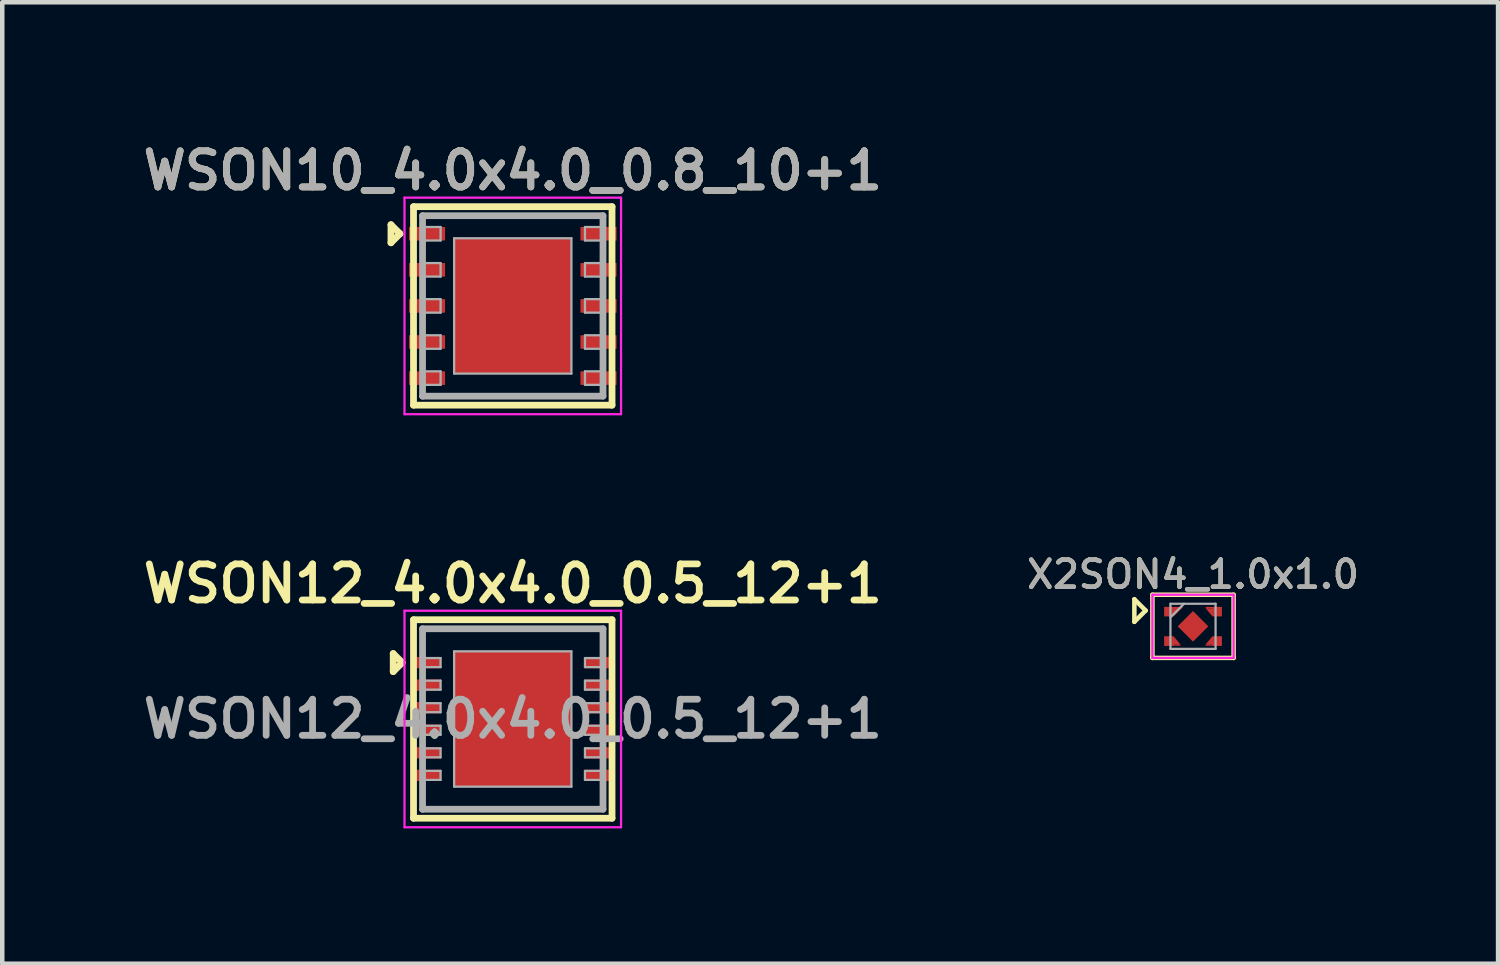
<source format=kicad_pcb>
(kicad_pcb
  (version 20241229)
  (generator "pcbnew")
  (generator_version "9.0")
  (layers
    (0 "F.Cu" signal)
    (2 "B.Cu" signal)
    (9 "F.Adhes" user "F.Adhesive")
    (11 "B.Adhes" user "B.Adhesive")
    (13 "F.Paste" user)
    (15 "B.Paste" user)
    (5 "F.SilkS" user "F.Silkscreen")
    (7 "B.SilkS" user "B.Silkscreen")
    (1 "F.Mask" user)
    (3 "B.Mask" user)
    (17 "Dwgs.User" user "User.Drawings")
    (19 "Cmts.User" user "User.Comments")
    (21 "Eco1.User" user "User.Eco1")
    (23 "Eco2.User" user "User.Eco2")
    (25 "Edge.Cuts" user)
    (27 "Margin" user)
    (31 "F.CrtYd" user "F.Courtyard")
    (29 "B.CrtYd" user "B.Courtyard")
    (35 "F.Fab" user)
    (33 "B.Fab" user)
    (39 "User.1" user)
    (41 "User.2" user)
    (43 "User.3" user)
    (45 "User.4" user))
  (footprint "WSON10_4.0x4.0_0.8_10+1"
    (layer "F.Cu")
    (at 8.316 3.731)
    (property "Reference" "WSON10_4.0x4.0_0.8_10+1" (at 0 -3 0) (layer "F.SilkS") (effects (font (size 0.8 0.8) (thickness 0.15))))
    (attr through_hole)
    (fp_line (start -2.7 -1.8) (end -2.7 -1.4) (stroke (width 0.15) (type solid)) (layer "F.SilkS"))
    (fp_line (start -2.7 -1.4) (end -2.5 -1.6) (stroke (width 0.15) (type solid)) (layer "F.SilkS"))
    (fp_line (start -2.5 -1.6) (end -2.7 -1.8) (stroke (width 0.15) (type solid)) (layer "F.SilkS"))
    (fp_line (start -2.2 -2.2) (end 2.2 -2.2) (stroke (width 0.15) (type solid)) (layer "F.SilkS"))
    (fp_line (start -2.2 2.2) (end -2.2 -2.2) (stroke (width 0.15) (type solid)) (layer "F.SilkS"))
    (fp_line (start 2.2 -2.2) (end 2.2 2.2) (stroke (width 0.15) (type solid)) (layer "F.SilkS"))
    (fp_line (start 2.2 2.2) (end -2.2 2.2) (stroke (width 0.15) (type solid)) (layer "F.SilkS"))
    (fp_line (start -2.4 -2.4) (end 2.4 -2.4) (stroke (width 0.05) (type solid)) (layer "F.CrtYd"))
    (fp_line (start -2.4 2.4) (end -2.4 -2.4) (stroke (width 0.05) (type solid)) (layer "F.CrtYd"))
    (fp_line (start 2.4 -2.4) (end 2.4 2.4) (stroke (width 0.05) (type solid)) (layer "F.CrtYd"))
    (fp_line (start 2.4 2.4) (end -2.4 2.4) (stroke (width 0.05) (type solid)) (layer "F.CrtYd"))
    (fp_line (start -2 -2) (end 2 -2) (stroke (width 0.15) (type solid)) (layer "F.Fab"))
    (fp_line (start -2 -1.75) (end -1.6 -1.75) (stroke (width 0.05) (type solid)) (layer "F.Fab"))
    (fp_line (start -2 -0.95) (end -1.6 -0.95) (stroke (width 0.05) (type solid)) (layer "F.Fab"))
    (fp_line (start -2 -0.15) (end -1.6 -0.15) (stroke (width 0.05) (type solid)) (layer "F.Fab"))
    (fp_line (start -2 0.65) (end -1.6 0.65) (stroke (width 0.05) (type solid)) (layer "F.Fab"))
    (fp_line (start -2 1.45) (end -1.6 1.45) (stroke (width 0.05) (type solid)) (layer "F.Fab"))
    (fp_line (start -2 2) (end -2 -2) (stroke (width 0.15) (type solid)) (layer "F.Fab"))
    (fp_line (start -1.6 -1.75) (end -1.6 -1.45) (stroke (width 0.05) (type solid)) (layer "F.Fab"))
    (fp_line (start -1.6 -1.45) (end -2 -1.45) (stroke (width 0.05) (type solid)) (layer "F.Fab"))
    (fp_line (start -1.6 -0.95) (end -1.6 -0.65) (stroke (width 0.05) (type solid)) (layer "F.Fab"))
    (fp_line (start -1.6 -0.65) (end -2 -0.65) (stroke (width 0.05) (type solid)) (layer "F.Fab"))
    (fp_line (start -1.6 -0.15) (end -1.6 0.15) (stroke (width 0.05) (type solid)) (layer "F.Fab"))
    (fp_line (start -1.6 0.15) (end -2 0.15) (stroke (width 0.05) (type solid)) (layer "F.Fab"))
    (fp_line (start -1.6 0.65) (end -1.6 0.95) (stroke (width 0.05) (type solid)) (layer "F.Fab"))
    (fp_line (start -1.6 0.95) (end -2 0.95) (stroke (width 0.05) (type solid)) (layer "F.Fab"))
    (fp_line (start -1.6 1.45) (end -1.6 1.75) (stroke (width 0.05) (type solid)) (layer "F.Fab"))
    (fp_line (start -1.6 1.75) (end -2 1.75) (stroke (width 0.05) (type solid)) (layer "F.Fab"))
    (fp_line (start -1.3 -1.5) (end -1.3 1.5) (stroke (width 0.05) (type solid)) (layer "F.Fab"))
    (fp_line (start -1.3 1.5) (end 1.3 1.5) (stroke (width 0.05) (type solid)) (layer "F.Fab"))
    (fp_line (start 1.3 -1.5) (end -1.3 -1.5) (stroke (width 0.05) (type solid)) (layer "F.Fab"))
    (fp_line (start 1.3 1.5) (end 1.3 -1.5) (stroke (width 0.05) (type solid)) (layer "F.Fab"))
    (fp_line (start 1.6 -1.75) (end 1.6 -1.45) (stroke (width 0.05) (type solid)) (layer "F.Fab"))
    (fp_line (start 1.6 -1.45) (end 2 -1.45) (stroke (width 0.05) (type solid)) (layer "F.Fab"))
    (fp_line (start 1.6 -0.95) (end 1.6 -0.65) (stroke (width 0.05) (type solid)) (layer "F.Fab"))
    (fp_line (start 1.6 -0.65) (end 2 -0.65) (stroke (width 0.05) (type solid)) (layer "F.Fab"))
    (fp_line (start 1.6 -0.15) (end 1.6 0.15) (stroke (width 0.05) (type solid)) (layer "F.Fab"))
    (fp_line (start 1.6 0.15) (end 2 0.15) (stroke (width 0.05) (type solid)) (layer "F.Fab"))
    (fp_line (start 1.6 0.65) (end 1.6 0.95) (stroke (width 0.05) (type solid)) (layer "F.Fab"))
    (fp_line (start 1.6 0.95) (end 2 0.95) (stroke (width 0.05) (type solid)) (layer "F.Fab"))
    (fp_line (start 1.6 1.45) (end 1.6 1.75) (stroke (width 0.05) (type solid)) (layer "F.Fab"))
    (fp_line (start 1.6 1.75) (end 2 1.75) (stroke (width 0.05) (type solid)) (layer "F.Fab"))
    (fp_line (start 2 -2) (end 2 2) (stroke (width 0.15) (type solid)) (layer "F.Fab"))
    (fp_line (start 2 -1.75) (end 1.6 -1.75) (stroke (width 0.05) (type solid)) (layer "F.Fab"))
    (fp_line (start 2 -0.95) (end 1.6 -0.95) (stroke (width 0.05) (type solid)) (layer "F.Fab"))
    (fp_line (start 2 -0.15) (end 1.6 -0.15) (stroke (width 0.05) (type solid)) (layer "F.Fab"))
    (fp_line (start 2 0.65) (end 1.6 0.65) (stroke (width 0.05) (type solid)) (layer "F.Fab"))
    (fp_line (start 2 1.45) (end 1.6 1.45) (stroke (width 0.05) (type solid)) (layer "F.Fab"))
    (fp_line (start 2 2) (end -2 2) (stroke (width 0.15) (type solid)) (layer "F.Fab"))
    (fp_text user "${REFERENCE}" (at 0 -3 0) (layer "F.Fab") (effects (font (size 0.8 0.8) (thickness 0.15))))
    (pad "" smd rect (at -0.7 -0.7) (size 1.15 1.15) (layers "F.Cu" "F.Paste"))
    (pad "" smd rect (at -0.7 0.7) (size 1.15 1.15) (layers "F.Cu" "F.Paste"))
    (pad "" smd rect (at 0.7 -0.7) (size 1.15 1.15) (layers "F.Cu" "F.Paste"))
    (pad "1" smd rect (at -1.9 -1.6 90) (size 0.3 0.8) (layers "F.Cu" "F.Mask" "F.Paste"))
    (pad "1" smd rect (at 0.7 0.7) (size 1.15 1.15) (layers "F.Cu" "F.Paste"))
    (pad "2" smd rect (at -1.9 -0.8 90) (size 0.3 0.8) (layers "F.Cu" "F.Mask" "F.Paste"))
    (pad "3" smd rect (at -1.9 0 90) (size 0.3 0.8) (layers "F.Cu" "F.Mask" "F.Paste"))
    (pad "4" smd rect (at -1.9 0.8 90) (size 0.3 0.8) (layers "F.Cu" "F.Mask" "F.Paste"))
    (pad "5" smd rect (at -1.9 1.6 90) (size 0.3 0.8) (layers "F.Cu" "F.Mask" "F.Paste"))
    (pad "6" smd rect (at 1.9 1.6 90) (size 0.3 0.8) (layers "F.Cu" "F.Mask" "F.Paste"))
    (pad "7" smd rect (at 1.9 0.8 90) (size 0.3 0.8) (layers "F.Cu" "F.Mask" "F.Paste"))
    (pad "8" smd rect (at 1.9 0 90) (size 0.3 0.8) (layers "F.Cu" "F.Mask" "F.Paste"))
    (pad "9" smd rect (at 1.9 -0.8 90) (size 0.3 0.8) (layers "F.Cu" "F.Mask" "F.Paste"))
    (pad "10" smd rect (at 1.9 -1.6 90) (size 0.3 0.8) (layers "F.Cu" "F.Mask" "F.Paste"))
    (pad "11" smd rect (at 0 0) (size 2.6 3) (layers "F.Cu" "F.Mask")))
  (footprint "X2SON4_1.0x1.0"
    (layer "F.Cu")
    (at 23.394 10.833)
    (property "Reference" "X2SON4_1.0x1.0" (at 0 -1.15 180) (layer "F.SilkS") (effects (font (size 0.6 0.6) (thickness 0.1))))
    (attr smd)
    (fp_line (start -1.3 -0.6) (end -1.3 -0.1) (stroke (width 0.1) (type solid)) (layer "F.SilkS"))
    (fp_line (start -1.3 -0.1) (end -1.05 -0.35) (stroke (width 0.1) (type solid)) (layer "F.SilkS"))
    (fp_line (start -1.05 -0.35) (end -1.3 -0.6) (stroke (width 0.1) (type solid)) (layer "F.SilkS"))
    (fp_line (start -0.9 -0.7) (end -0.9 0.7) (stroke (width 0.1) (type solid)) (layer "F.SilkS"))
    (fp_line (start -0.9 0.7) (end 0.9 0.7) (stroke (width 0.1) (type solid)) (layer "F.SilkS"))
    (fp_line (start 0.9 -0.7) (end -0.9 -0.7) (stroke (width 0.1) (type solid)) (layer "F.SilkS"))
    (fp_line (start 0.9 0.7) (end 0.9 -0.7) (stroke (width 0.1) (type solid)) (layer "F.SilkS"))
    (fp_line (start -0.9 -0.7) (end -0.9 0.7) (stroke (width 0.05) (type solid)) (layer "F.CrtYd"))
    (fp_line (start -0.9 0.7) (end 0.9 0.7) (stroke (width 0.05) (type solid)) (layer "F.CrtYd"))
    (fp_line (start 0.9 -0.7) (end -0.9 -0.7) (stroke (width 0.05) (type solid)) (layer "F.CrtYd"))
    (fp_line (start 0.9 0.7) (end 0.9 -0.7) (stroke (width 0.05) (type solid)) (layer "F.CrtYd"))
    (fp_line (start -0.5 -0.5) (end -0.5 0.5) (stroke (width 0.05) (type solid)) (layer "F.Fab"))
    (fp_line (start -0.5 -0.2) (end -0.2 -0.5) (stroke (width 0.05) (type solid)) (layer "F.Fab"))
    (fp_line (start -0.5 0.5) (end 0.5 0.5) (stroke (width 0.05) (type solid)) (layer "F.Fab"))
    (fp_line (start 0.5 -0.5) (end -0.5 -0.5) (stroke (width 0.05) (type solid)) (layer "F.Fab"))
    (fp_line (start 0.5 0.5) (end 0.5 -0.5) (stroke (width 0.05) (type solid)) (layer "F.Fab"))
    (fp_text user "${REFERENCE}" (at 0 -1.15 180) (layer "F.Fab") (effects (font (size 0.6 0.6) (thickness 0.1))))
    (pad "1" smd rect (at -0.535 -0.325) (size 0.21 0.21) (layers "F.Cu" "F.Mask" "F.Paste"))
    (pad "1" smd trapezoid (at -0.43 -0.325 180) (size 0.21 0.21) (rect_delta 0 0.209) (layers "F.Cu" "F.Mask" "F.Paste"))
    (pad "2" smd rect (at -0.535 0.325) (size 0.21 0.21) (layers "F.Cu" "F.Mask" "F.Paste"))
    (pad "2" smd rect (at -0.46 0.415 180) (size 0.36 0.03) (layers "F.Cu" "F.Mask" "F.Paste"))
    (pad "2" smd trapezoid (at -0.43 0.31) (size 0.15 0.18) (rect_delta 0 0.149) (layers "F.Cu" "F.Mask" "F.Paste"))
    (pad "3" smd trapezoid (at 0.43 0.31) (size 0.15 0.18) (rect_delta 0 0.149) (layers "F.Cu" "F.Mask" "F.Paste"))
    (pad "3" smd rect (at 0.46 0.415) (size 0.36 0.03) (layers "F.Cu" "F.Mask" "F.Paste"))
    (pad "3" smd rect (at 0.535 0.325) (size 0.21 0.21) (layers "F.Cu" "F.Mask" "F.Paste"))
    (pad "4" smd trapezoid (at 0.43 -0.31 180) (size 0.15 0.18) (rect_delta 0 0.149) (layers "F.Cu" "F.Mask" "F.Paste"))
    (pad "4" smd rect (at 0.46 -0.415) (size 0.36 0.03) (layers "F.Cu" "F.Mask" "F.Paste"))
    (pad "4" smd rect (at 0.535 -0.325) (size 0.21 0.21) (layers "F.Cu" "F.Mask" "F.Paste"))
    (pad "5" smd rect (at 0 0 45) (size 0.48 0.48) (layers "F.Cu" "F.Mask" "F.Paste")))
  (footprint "WSON12_4.0x4.0_0.5_12+1"
    (layer "F.Cu")
    (at 8.316 12.887)
    (property "Reference" "WSON12_4.0x4.0_0.5_12+1" (at 0 -3 0) (layer "F.SilkS") (effects (font (size 0.8 0.8) (thickness 0.15))))
    (attr smd)
    (fp_line (start -2.65 -1.45) (end -2.65 -1.05) (stroke (width 0.15) (type solid)) (layer "F.SilkS"))
    (fp_line (start -2.65 -1.05) (end -2.45 -1.25) (stroke (width 0.15) (type solid)) (layer "F.SilkS"))
    (fp_line (start -2.45 -1.25) (end -2.65 -1.45) (stroke (width 0.15) (type solid)) (layer "F.SilkS"))
    (fp_line (start -2.2 -2.2) (end 2.2 -2.2) (stroke (width 0.15) (type solid)) (layer "F.SilkS"))
    (fp_line (start -2.2 2.2) (end -2.2 -2.2) (stroke (width 0.15) (type solid)) (layer "F.SilkS"))
    (fp_line (start 2.2 -2.2) (end 2.2 2.2) (stroke (width 0.15) (type solid)) (layer "F.SilkS"))
    (fp_line (start 2.2 2.2) (end -2.2 2.2) (stroke (width 0.15) (type solid)) (layer "F.SilkS"))
    (fp_line (start -2.4 -2.4) (end 2.4 -2.4) (stroke (width 0.05) (type solid)) (layer "F.CrtYd"))
    (fp_line (start -2.4 2.4) (end -2.4 -2.4) (stroke (width 0.05) (type solid)) (layer "F.CrtYd"))
    (fp_line (start 2.4 -2.4) (end 2.4 2.4) (stroke (width 0.05) (type solid)) (layer "F.CrtYd"))
    (fp_line (start 2.4 2.4) (end -2.4 2.4) (stroke (width 0.05) (type solid)) (layer "F.CrtYd"))
    (fp_line (start -2 -2) (end 2 -2) (stroke (width 0.15) (type solid)) (layer "F.Fab"))
    (fp_line (start -2 -1.15) (end -1.6 -1.15) (stroke (width 0.05) (type solid)) (layer "F.Fab"))
    (fp_line (start -2 -0.65) (end -1.6 -0.65) (stroke (width 0.05) (type solid)) (layer "F.Fab"))
    (fp_line (start -2 -0.15) (end -1.6 -0.15) (stroke (width 0.05) (type solid)) (layer "F.Fab"))
    (fp_line (start -2 0.35) (end -1.6 0.35) (stroke (width 0.05) (type solid)) (layer "F.Fab"))
    (fp_line (start -2 0.85) (end -1.6 0.85) (stroke (width 0.05) (type solid)) (layer "F.Fab"))
    (fp_line (start -2 1.35) (end -1.6 1.35) (stroke (width 0.05) (type solid)) (layer "F.Fab"))
    (fp_line (start -2 2) (end -2 -2) (stroke (width 0.15) (type solid)) (layer "F.Fab"))
    (fp_line (start -1.6 -1.35) (end -2 -1.35) (stroke (width 0.05) (type solid)) (layer "F.Fab"))
    (fp_line (start -1.6 -1.15) (end -1.6 -1.35) (stroke (width 0.05) (type solid)) (layer "F.Fab"))
    (fp_line (start -1.6 -0.85) (end -2 -0.85) (stroke (width 0.05) (type solid)) (layer "F.Fab"))
    (fp_line (start -1.6 -0.65) (end -1.6 -0.85) (stroke (width 0.05) (type solid)) (layer "F.Fab"))
    (fp_line (start -1.6 -0.35) (end -2 -0.35) (stroke (width 0.05) (type solid)) (layer "F.Fab"))
    (fp_line (start -1.6 -0.15) (end -1.6 -0.35) (stroke (width 0.05) (type solid)) (layer "F.Fab"))
    (fp_line (start -1.6 0.15) (end -2 0.15) (stroke (width 0.05) (type solid)) (layer "F.Fab"))
    (fp_line (start -1.6 0.35) (end -1.6 0.15) (stroke (width 0.05) (type solid)) (layer "F.Fab"))
    (fp_line (start -1.6 0.65) (end -2 0.65) (stroke (width 0.05) (type solid)) (layer "F.Fab"))
    (fp_line (start -1.6 0.85) (end -1.6 0.65) (stroke (width 0.05) (type solid)) (layer "F.Fab"))
    (fp_line (start -1.6 1.15) (end -2 1.15) (stroke (width 0.05) (type solid)) (layer "F.Fab"))
    (fp_line (start -1.6 1.35) (end -1.6 1.15) (stroke (width 0.05) (type solid)) (layer "F.Fab"))
    (fp_line (start -1.3 -1.5) (end -1.3 1.5) (stroke (width 0.05) (type solid)) (layer "F.Fab"))
    (fp_line (start -1.3 1.5) (end 1.3 1.5) (stroke (width 0.05) (type solid)) (layer "F.Fab"))
    (fp_line (start 1.3 -1.5) (end -1.3 -1.5) (stroke (width 0.05) (type solid)) (layer "F.Fab"))
    (fp_line (start 1.3 1.5) (end 1.3 -1.5) (stroke (width 0.05) (type solid)) (layer "F.Fab"))
    (fp_line (start 1.6 -1.35) (end 1.6 -1.15) (stroke (width 0.05) (type solid)) (layer "F.Fab"))
    (fp_line (start 1.6 -1.15) (end 2 -1.15) (stroke (width 0.05) (type solid)) (layer "F.Fab"))
    (fp_line (start 1.6 -0.85) (end 1.6 -0.65) (stroke (width 0.05) (type solid)) (layer "F.Fab"))
    (fp_line (start 1.6 -0.65) (end 2 -0.65) (stroke (width 0.05) (type solid)) (layer "F.Fab"))
    (fp_line (start 1.6 -0.35) (end 1.6 -0.15) (stroke (width 0.05) (type solid)) (layer "F.Fab"))
    (fp_line (start 1.6 -0.15) (end 2 -0.15) (stroke (width 0.05) (type solid)) (layer "F.Fab"))
    (fp_line (start 1.6 0.15) (end 1.6 0.35) (stroke (width 0.05) (type solid)) (layer "F.Fab"))
    (fp_line (start 1.6 0.35) (end 2 0.35) (stroke (width 0.05) (type solid)) (layer "F.Fab"))
    (fp_line (start 1.6 0.65) (end 1.6 0.85) (stroke (width 0.05) (type solid)) (layer "F.Fab"))
    (fp_line (start 1.6 0.85) (end 2 0.85) (stroke (width 0.05) (type solid)) (layer "F.Fab"))
    (fp_line (start 1.6 1.15) (end 1.6 1.35) (stroke (width 0.05) (type solid)) (layer "F.Fab"))
    (fp_line (start 1.6 1.35) (end 2 1.35) (stroke (width 0.05) (type solid)) (layer "F.Fab"))
    (fp_line (start 2 -2) (end 2 2) (stroke (width 0.15) (type solid)) (layer "F.Fab"))
    (fp_line (start 2 -1.35) (end 1.6 -1.35) (stroke (width 0.05) (type solid)) (layer "F.Fab"))
    (fp_line (start 2 -0.85) (end 1.6 -0.85) (stroke (width 0.05) (type solid)) (layer "F.Fab"))
    (fp_line (start 2 -0.35) (end 1.6 -0.35) (stroke (width 0.05) (type solid)) (layer "F.Fab"))
    (fp_line (start 2 0.15) (end 1.6 0.15) (stroke (width 0.05) (type solid)) (layer "F.Fab"))
    (fp_line (start 2 0.65) (end 1.6 0.65) (stroke (width 0.05) (type solid)) (layer "F.Fab"))
    (fp_line (start 2 1.15) (end 1.6 1.15) (stroke (width 0.05) (type solid)) (layer "F.Fab"))
    (fp_line (start 2 2) (end -2 2) (stroke (width 0.15) (type solid)) (layer "F.Fab"))
    (fp_text user "${REFERENCE}" (at 0 0 0) (layer "F.Fab") (effects (font (size 0.8 0.8) (thickness 0.15))))
    (pad "" smd rect (at -0.6 -0.6) (size 1 1) (layers "F.Cu" "F.Paste"))
    (pad "" smd rect (at -0.6 0.6) (size 1 1) (layers "F.Cu" "F.Paste"))
    (pad "" smd rect (at 0.6 -0.6) (size 1 1) (layers "F.Cu" "F.Paste"))
    (pad "" smd rect (at 0.6 0.6) (size 1 1) (layers "F.Cu" "F.Paste"))
    (pad "1" smd rect (at -1.9 -1.25 90) (size 0.25 0.6) (layers "F.Cu" "F.Mask" "F.Paste"))
    (pad "2" smd rect (at -1.9 -0.75 90) (size 0.25 0.6) (layers "F.Cu" "F.Mask" "F.Paste"))
    (pad "3" smd rect (at -1.9 -0.25 90) (size 0.25 0.6) (layers "F.Cu" "F.Mask" "F.Paste"))
    (pad "4" smd rect (at -1.9 0.25 90) (size 0.25 0.6) (layers "F.Cu" "F.Mask" "F.Paste"))
    (pad "5" smd rect (at -1.9 0.75 90) (size 0.25 0.6) (layers "F.Cu" "F.Mask" "F.Paste"))
    (pad "6" smd rect (at -1.9 1.25 90) (size 0.25 0.6) (layers "F.Cu" "F.Mask" "F.Paste"))
    (pad "7" smd rect (at 1.9 1.25 90) (size 0.25 0.6) (layers "F.Cu" "F.Mask" "F.Paste"))
    (pad "8" smd rect (at 1.9 0.75 90) (size 0.25 0.6) (layers "F.Cu" "F.Mask" "F.Paste"))
    (pad "9" smd rect (at 1.9 0.25 90) (size 0.25 0.6) (layers "F.Cu" "F.Mask" "F.Paste"))
    (pad "10" smd rect (at 1.9 -0.25 90) (size 0.25 0.6) (layers "F.Cu" "F.Mask" "F.Paste"))
    (pad "11" smd rect (at 1.9 -0.75 90) (size 0.25 0.6) (layers "F.Cu" "F.Mask" "F.Paste"))
    (pad "12" smd rect (at 1.9 -1.25 90) (size 0.25 0.6) (layers "F.Cu" "F.Mask" "F.Paste"))
    (pad "13" smd rect (at 0 0) (size 2.6 3) (layers "F.Cu" "F.Mask")))
  (gr_rect
    (start -3 -3)
    (end 30.156 18.312)
    (stroke (width 0.1) (type default))
    (fill no)
    (layer "Edge.Cuts")))
</source>
